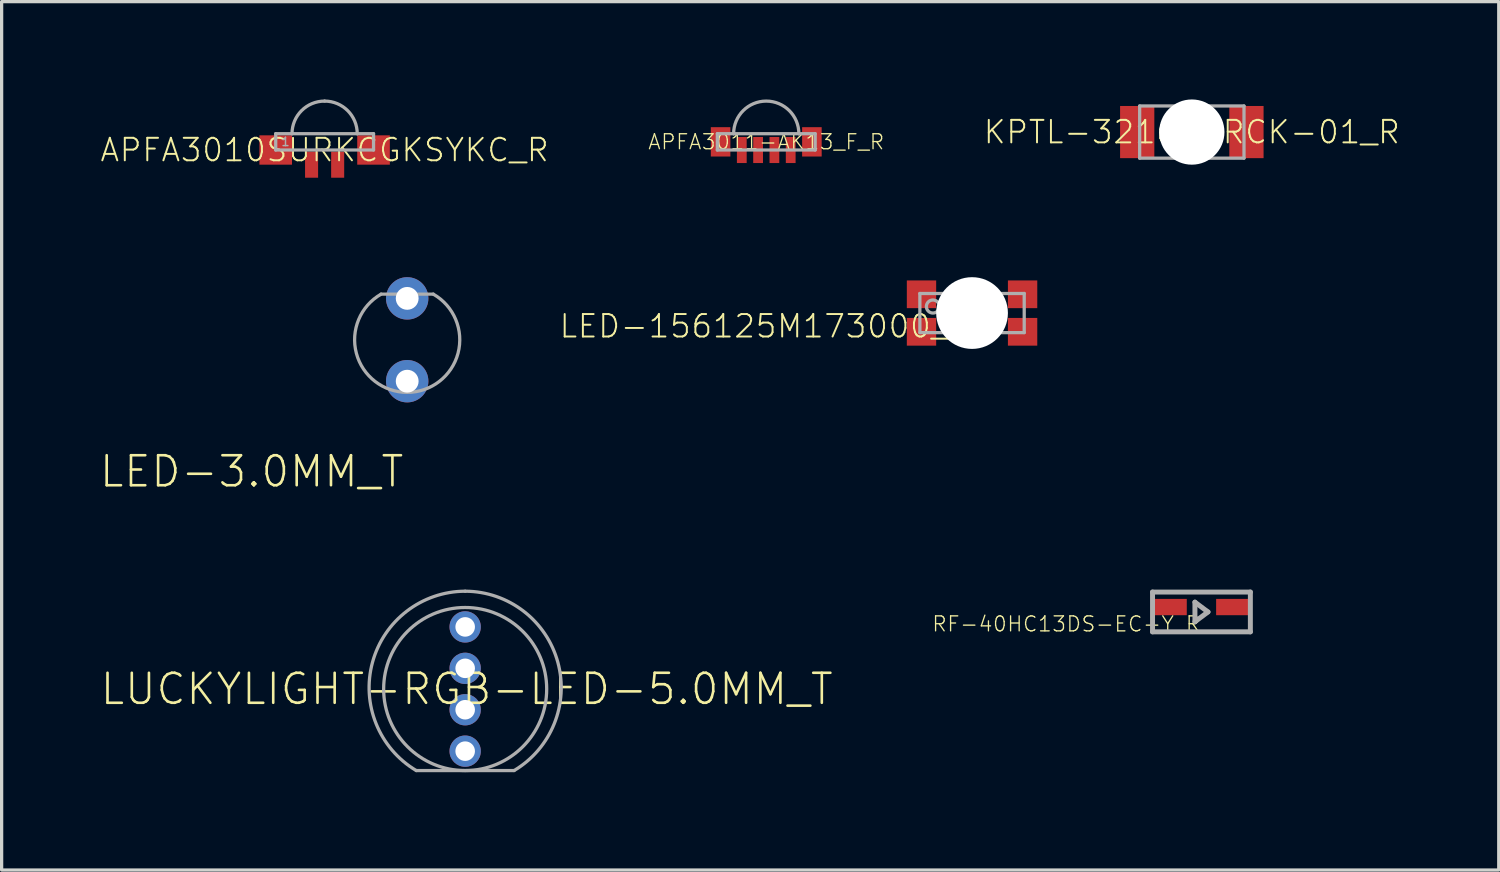
<source format=kicad_pcb>
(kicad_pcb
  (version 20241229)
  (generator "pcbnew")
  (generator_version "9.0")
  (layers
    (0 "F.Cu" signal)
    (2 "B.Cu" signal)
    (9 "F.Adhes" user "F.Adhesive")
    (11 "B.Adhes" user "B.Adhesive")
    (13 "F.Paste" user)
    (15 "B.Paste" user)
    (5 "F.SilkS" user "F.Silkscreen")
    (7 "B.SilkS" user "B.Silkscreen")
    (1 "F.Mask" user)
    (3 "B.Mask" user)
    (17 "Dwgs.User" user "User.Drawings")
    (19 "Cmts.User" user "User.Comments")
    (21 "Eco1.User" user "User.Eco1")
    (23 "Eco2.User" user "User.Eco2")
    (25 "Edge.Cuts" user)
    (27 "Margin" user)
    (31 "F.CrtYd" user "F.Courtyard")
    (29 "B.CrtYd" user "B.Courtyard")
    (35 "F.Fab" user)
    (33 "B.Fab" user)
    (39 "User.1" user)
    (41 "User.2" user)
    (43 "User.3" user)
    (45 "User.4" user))
  (footprint "LED-3.0MM_T"
    (layer "F.Cu")
    (at 9.437 7.37)
    (property "Reference" "LED-3.0MM_T" (at -0.05 3.5 0) (unlocked yes) (layer "F.SilkS") (effects (font (size 0.92 0.92) (thickness 0.08)) (justify right top)))
    (fp_line (start -0.8 -1.4) (end 0.8 -1.4) (stroke (width 0.1) (type solid)) (layer "F.Fab"))
    (fp_arc (start 0.8 -1.4) (mid 0 1.612452) (end -0.8 -1.4) (stroke (width 0.1) (type solid)) (layer "F.Fab"))
    (pad "A" thru_hole circle (at 0 1.27) (size 1.3 1.3) (drill 0.7) (layers "*.Cu" "*.Mask"))
    (pad "C" thru_hole circle (at 0 -1.27) (size 1.3 1.3) (drill 0.7) (layers "*.Cu" "*.Mask")))
  (footprint "LED-156125M173000_R"
    (layer "F.Cu")
    (at 26.759 6.55)
    (property "Reference" "LED-156125M173000_R" (at 0 0 0) (unlocked yes) (layer "F.SilkS") (effects (font (size 0.69 0.69) (thickness 0.06)) (justify right top)))
    (fp_poly (pts (xy -2.1 1.1) (xy 2.1 1.1) (xy 2.1 -1.1) (xy -2.1 -1.1)) (stroke (width 0) (type default)) (fill yes) (layer "F.Mask"))
    (fp_line (start -1.6 -0.6) (end -1.6 0.6) (stroke (width 0.1) (type solid)) (layer "F.Fab"))
    (fp_line (start -1.6 0.6) (end -0.6 0.6) (stroke (width 0.1) (type solid)) (layer "F.Fab"))
    (fp_line (start -0.6 -0.6) (end -1.6 -0.6) (stroke (width 0.1) (type solid)) (layer "F.Fab"))
    (fp_line (start -0.6 -0.6) (end -0.6 0.6) (stroke (width 0.1) (type solid)) (layer "F.Fab"))
    (fp_line (start -0.6 0.6) (end 0.6 0.6) (stroke (width 0.1) (type solid)) (layer "F.Fab"))
    (fp_line (start 0.6 -0.6) (end -0.6 -0.6) (stroke (width 0.1) (type solid)) (layer "F.Fab"))
    (fp_line (start 0.6 -0.6) (end 0.6 0.6) (stroke (width 0.1) (type solid)) (layer "F.Fab"))
    (fp_line (start 0.6 0.6) (end 1.6 0.6) (stroke (width 0.1) (type solid)) (layer "F.Fab"))
    (fp_line (start 1.6 -0.6) (end 0.6 -0.6) (stroke (width 0.1) (type solid)) (layer "F.Fab"))
    (fp_line (start 1.6 0.6) (end 1.6 -0.6) (stroke (width 0.1) (type solid)) (layer "F.Fab"))
    (fp_circle (center -1.2 -0.2) (end -1 -0.2) (stroke (width 0.1) (type solid)) (fill no) (layer "F.Fab"))
    (pad "" np_thru_hole circle (at 0 0) (size 2.2 2.2) (drill 2.2) (layers "*.Cu" "*.Mask"))
    (pad "1" smd rect (at -1.55 -0.575 180) (size 0.9 0.85) (layers "F.Cu" "F.Paste"))
    (pad "2" smd rect (at -1.55 0.575 180) (size 0.9 0.85) (layers "F.Cu" "F.Paste"))
    (pad "3" smd rect (at 1.55 0.575) (size 0.9 0.85) (layers "F.Cu" "F.Paste"))
    (pad "4" smd rect (at 1.55 -0.575) (size 0.9 0.85) (layers "F.Cu" "F.Paste")))
  (footprint "LUCKYLIGHT-RGB-LED-5.0MM_T"
    (layer "F.Cu")
    (at 11.215 18.08)
    (property "Reference" "LUCKYLIGHT-RGB-LED-5.0MM_T" (at 0.05 0 0) (unlocked yes) (layer "F.SilkS") (effects (font (size 0.92 0.92) (thickness 0.08))))
    (fp_line (start 1.5 2.5) (end -1.5 2.5) (stroke (width 0.1) (type solid)) (layer "F.Fab"))
    (fp_arc (start -1.500002 2.5) (mid -2.841836 -0.820501) (end 0 -3) (stroke (width 0.1) (type solid)) (layer "F.Fab"))
    (fp_arc (start 0 -3) (mid 2.841836 -0.820501) (end 1.500002 2.5) (stroke (width 0.1) (type solid)) (layer "F.Fab"))
    (fp_circle (center 0 0) (end 2.5 0) (stroke (width 0.1) (type solid)) (fill no) (layer "F.Fab"))
    (pad "1" thru_hole circle (at 0 -1.905 180) (size 0.96 0.96) (drill 0.6) (layers "*.Cu" "*.Mask"))
    (pad "2" thru_hole circle (at 0 -0.635 180) (size 0.96 0.96) (drill 0.6) (layers "*.Cu" "*.Mask"))
    (pad "3" thru_hole circle (at 0 0.635 180) (size 0.96 0.96) (drill 0.6) (layers "*.Cu" "*.Mask"))
    (pad "4" thru_hole circle (at 0 1.905 180) (size 0.96 0.96) (drill 0.6) (layers "*.Cu" "*.Mask")))
  (footprint "RF-40HC13DS-EC-Y_R"
    (layer "F.Cu")
    (at 33.794 15.816)
    (property "Reference" "RF-40HC13DS-EC-Y_R" (at 0 0 0) (unlocked yes) (layer "F.SilkS") (effects (font (size 0.46 0.46) (thickness 0.04)) (justify right top)))
    (fp_poly (pts (xy -0.45 0) (xy -1.55 0) (xy -1.55 -0.5) (xy -0.45 -0.5)) (stroke (width 0) (type default)) (fill yes) (layer "F.Paste"))
    (fp_poly (pts (xy 1.55 0) (xy 0.45 0) (xy 0.45 -0.5) (xy 1.55 -0.5)) (stroke (width 0) (type default)) (fill yes) (layer "F.Paste"))
    (fp_line (start -1.5 -0.71) (end -1.5 0.51) (stroke (width 0.152) (type solid)) (layer "F.Fab"))
    (fp_line (start -1.5 0.51) (end 1.5 0.51) (stroke (width 0.152) (type solid)) (layer "F.Fab"))
    (fp_line (start -0.2 -0.4) (end 0.2 -0.1) (stroke (width 0.152) (type solid)) (layer "F.Fab"))
    (fp_line (start -0.2 0.2) (end -0.2 -0.4) (stroke (width 0.152) (type solid)) (layer "F.Fab"))
    (fp_line (start 0.2 -0.1) (end -0.2 0.2) (stroke (width 0.152) (type solid)) (layer "F.Fab"))
    (fp_line (start 1.5 -0.71) (end -1.5 -0.71) (stroke (width 0.152) (type solid)) (layer "F.Fab"))
    (fp_line (start 1.5 0.51) (end 1.5 -0.71) (stroke (width 0.152) (type solid)) (layer "F.Fab"))
    (pad "AA" smd rect (at 1 -0.25 270) (size 0.5 1.1) (layers "F.Cu" "F.Mask"))
    (pad "CC" smd rect (at -1 -0.25 180) (size 1.1 0.5) (layers "F.Cu" "F.Mask")))
  (footprint "APFA3010SURKCGKSYKC_R"
    (layer "F.Cu")
    (at 6.905 1.55)
    (property "Reference" "APFA3010SURKCGKSYKC_R" (at 0 0 0) (unlocked yes) (layer "F.SilkS") (effects (font (size 0.69 0.69) (thickness 0.06))))
    (fp_poly (pts (xy -0.95 -0.5) (xy -2.05 -0.5) (xy -2.05 0.5) (xy -0.95 0.5)) (stroke (width 0) (type default)) (fill yes) (layer "F.Mask"))
    (fp_poly (pts (xy -0.15 0) (xy -0.65 0) (xy -0.65 0.9) (xy -0.15 0.9)) (stroke (width 0) (type default)) (fill yes) (layer "F.Mask"))
    (fp_poly (pts (xy 0.65 0) (xy 0.15 0) (xy 0.15 0.9) (xy 0.65 0.9)) (stroke (width 0) (type default)) (fill yes) (layer "F.Mask"))
    (fp_poly (pts (xy 2.05 -0.5) (xy 0.95 -0.5) (xy 0.95 0.5) (xy 2.05 0.5)) (stroke (width 0) (type default)) (fill yes) (layer "F.Mask"))
    (fp_line (start -1.5 -0.5) (end -1 -0.5) (stroke (width 0.1) (type solid)) (layer "F.Fab"))
    (fp_line (start -1.5 0) (end -1.5 -0.5) (stroke (width 0.1) (type solid)) (layer "F.Fab"))
    (fp_line (start -1 -0.5) (end 1 -0.5) (stroke (width 0.1) (type solid)) (layer "F.Fab"))
    (fp_line (start 1 -0.5) (end 1.5 -0.5) (stroke (width 0.1) (type solid)) (layer "F.Fab"))
    (fp_line (start 1.5 -0.5) (end 1.5 0) (stroke (width 0.1) (type solid)) (layer "F.Fab"))
    (fp_line (start 1.5 0) (end -1.5 0) (stroke (width 0.1) (type solid)) (layer "F.Fab"))
    (fp_arc (start -1 -0.5) (mid -0.707106 -1.207106) (end 0.000001 -1.499999) (stroke (width 0.1) (type solid)) (layer "F.Fab"))
    (fp_arc (start 0 -1.5) (mid 0.707107 -1.207106) (end 1.000001 -0.499999) (stroke (width 0.1) (type solid)) (layer "F.Fab"))
    (fp_text user "1" (at -1.2 -0.25 0) (layer "F.Fab") (effects (font (size 0.255 0.255) (thickness 0.045))))
    (pad "1" smd rect (at -1.5 0 270) (size 0.9 1) (layers "F.Cu" "F.Paste"))
    (pad "2" smd rect (at 1.5 0 270) (size 0.9 1) (layers "F.Cu" "F.Paste"))
    (pad "3" smd rect (at 0.4 0.45 180) (size 0.4 0.8) (layers "F.Cu" "F.Paste"))
    (pad "4" smd rect (at -0.4 0.45 180) (size 0.4 0.8) (layers "F.Cu" "F.Paste")))
  (footprint "APFA3011-AK13_F_R"
    (layer "F.Cu")
    (at 20.448 1.3)
    (property "Reference" "APFA3011-AK13_F_R" (at 0 0 0) (unlocked yes) (layer "F.SilkS") (effects (font (size 0.46 0.46) (thickness 0.04))))
    (fp_line (start -1.5 -0.25) (end -1 -0.25) (stroke (width 0.1) (type solid)) (layer "F.Fab"))
    (fp_line (start -1.5 0.25) (end -1.5 -0.25) (stroke (width 0.1) (type solid)) (layer "F.Fab"))
    (fp_line (start -1 -0.25) (end 1 -0.25) (stroke (width 0.1) (type solid)) (layer "F.Fab"))
    (fp_line (start 1 -0.25) (end 1.5 -0.25) (stroke (width 0.1) (type solid)) (layer "F.Fab"))
    (fp_line (start 1.5 -0.25) (end 1.5 0.25) (stroke (width 0.1) (type solid)) (layer "F.Fab"))
    (fp_line (start 1.5 0.25) (end -1.5 0.25) (stroke (width 0.1) (type solid)) (layer "F.Fab"))
    (fp_arc (start -1 -0.25) (mid 0.000001 -1.249999) (end 1 -0.249998) (stroke (width 0.1) (type solid)) (layer "F.Fab"))
    (pad "1" smd rect (at 1.4 0) (size 0.6 0.9) (layers "F.Cu" "F.Mask" "F.Paste"))
    (pad "2" smd rect (at 0.75 0.25) (size 0.3 0.8) (layers "F.Cu" "F.Mask" "F.Paste"))
    (pad "3" smd rect (at 0.25 0.25) (size 0.3 0.8) (layers "F.Cu" "F.Mask" "F.Paste"))
    (pad "4" smd rect (at -0.25 0.25) (size 0.3 0.8) (layers "F.Cu" "F.Mask" "F.Paste"))
    (pad "5" smd rect (at -0.75 0.25) (size 0.3 0.8) (layers "F.Cu" "F.Mask" "F.Paste"))
    (pad "6" smd rect (at -1.4 0) (size 0.6 0.9) (layers "F.Cu" "F.Mask" "F.Paste")))
  (footprint "KPTL-3216SURCK-01_R"
    (layer "F.Cu")
    (at 33.499 1)
    (property "Reference" "KPTL-3216SURCK-01_R" (at 0 0 0) (unlocked yes) (layer "F.SilkS") (effects (font (size 0.69 0.69) (thickness 0.06))))
    (fp_poly (pts (xy -2.3 0.9) (xy 2.3 0.9) (xy 2.3 -0.9) (xy -2.3 -0.9)) (stroke (width 0) (type default)) (fill yes) (layer "F.Mask"))
    (fp_line (start -1.6 0.8) (end -1.6 -0.8) (stroke (width 0.1) (type solid)) (layer "F.Fab"))
    (fp_line (start -1.6 0.8) (end 1.6 0.8) (stroke (width 0.1) (type solid)) (layer "F.Fab"))
    (fp_line (start -0.35 -0.45) (end -0.35 0.45) (stroke (width 0.1) (type solid)) (layer "F.Fab"))
    (fp_line (start -0.35 0.45) (end 0.25 0) (stroke (width 0.1) (type solid)) (layer "F.Fab"))
    (fp_line (start 0.25 0) (end -0.35 -0.45) (stroke (width 0.1) (type solid)) (layer "F.Fab"))
    (fp_line (start 0.45 -0.6) (end 0.45 0.6) (stroke (width 0.1) (type solid)) (layer "F.Fab"))
    (fp_line (start 1.6 -0.8) (end -1.6 -0.8) (stroke (width 0.1) (type solid)) (layer "F.Fab"))
    (fp_line (start 1.6 -0.8) (end 1.6 0.8) (stroke (width 0.1) (type solid)) (layer "F.Fab"))
    (pad "" np_thru_hole circle (at 0 0) (size 2 2) (drill 2) (layers "*.Cu" "*.Mask"))
    (pad "A" smd rect (at -1.675 0) (size 1.05 1.6) (layers "F.Cu" "F.Paste"))
    (pad "C" smd rect (at 1.675 0) (size 1.05 1.6) (layers "F.Cu" "F.Paste")))
  (gr_rect
    (start -3 -3)
    (end 42.911 23.63)
    (stroke (width 0.1) (type default))
    (fill no)
    (layer "Edge.Cuts")))
</source>
